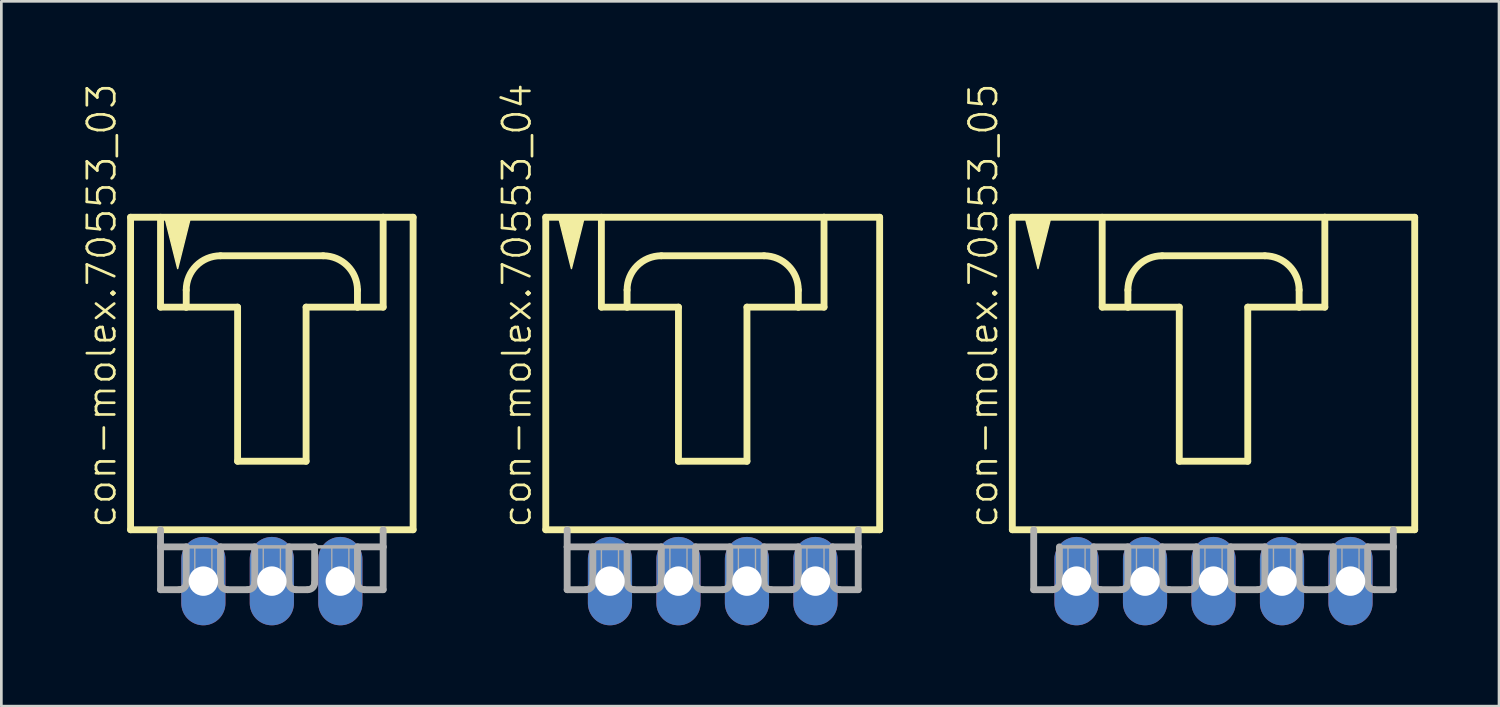
<source format=kicad_pcb>
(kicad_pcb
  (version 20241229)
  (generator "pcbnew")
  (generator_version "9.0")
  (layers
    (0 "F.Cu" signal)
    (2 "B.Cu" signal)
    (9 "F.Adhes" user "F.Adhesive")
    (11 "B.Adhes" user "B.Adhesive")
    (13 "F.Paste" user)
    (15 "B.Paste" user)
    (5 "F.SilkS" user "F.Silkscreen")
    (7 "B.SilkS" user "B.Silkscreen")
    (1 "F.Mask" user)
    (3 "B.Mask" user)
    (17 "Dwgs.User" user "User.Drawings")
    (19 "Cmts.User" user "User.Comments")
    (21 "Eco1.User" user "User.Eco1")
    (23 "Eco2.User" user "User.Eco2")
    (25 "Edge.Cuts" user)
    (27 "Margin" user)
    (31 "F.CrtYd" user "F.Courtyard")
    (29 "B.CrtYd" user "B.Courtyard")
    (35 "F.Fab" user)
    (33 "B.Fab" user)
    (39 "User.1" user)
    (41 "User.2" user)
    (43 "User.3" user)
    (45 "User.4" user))
  (footprint "con-molex.70553_03"
    (layer "F.Cu")
    (at 7.031 10.88)
    (property "Reference" "con-molex.70553_03" (at -5.715 5.715 90) (layer "F.SilkS") (effects (font (size 1.016 1.016) (thickness 0.1)) (justify left bottom)))
    (attr through_hole)
    (fp_line (start -5.239 5.715) (end 5.239 5.715) (stroke (width 0.254) (type default)) (layer "F.SilkS"))
    (fp_line (start -5.239 -5.874) (end -5.239 5.715) (stroke (width 0.254) (type default)) (layer "F.SilkS"))
    (fp_line (start -4.128 -5.874) (end -4.128 -2.54) (stroke (width 0.254) (type default)) (layer "F.SilkS"))
    (fp_line (start -4.128 -2.54) (end -3.175 -2.54) (stroke (width 0.254) (type default)) (layer "F.SilkS"))
    (fp_line (start -3.175 -2.54) (end -3.175 -3.175) (stroke (width 0.254) (type default)) (layer "F.SilkS"))
    (fp_line (start -3.175 -2.54) (end -1.27 -2.54) (stroke (width 0.254) (type default)) (layer "F.SilkS"))
    (fp_line (start -1.905 -4.445) (end 1.905 -4.445) (stroke (width 0.254) (type default)) (layer "F.SilkS"))
    (fp_line (start -1.27 -2.54) (end -1.27 3.175) (stroke (width 0.254) (type default)) (layer "F.SilkS"))
    (fp_line (start -1.27 3.175) (end 1.27 3.175) (stroke (width 0.254) (type default)) (layer "F.SilkS"))
    (fp_line (start 1.27 -2.54) (end 3.175 -2.54) (stroke (width 0.254) (type default)) (layer "F.SilkS"))
    (fp_line (start 1.27 3.175) (end 1.27 -2.54) (stroke (width 0.254) (type default)) (layer "F.SilkS"))
    (fp_line (start 3.175 -3.175) (end 3.175 -2.54) (stroke (width 0.254) (type default)) (layer "F.SilkS"))
    (fp_line (start 3.175 -2.54) (end 4.128 -2.54) (stroke (width 0.254) (type default)) (layer "F.SilkS"))
    (fp_line (start 4.128 -5.874) (end -5.239 -5.874) (stroke (width 0.254) (type default)) (layer "F.SilkS"))
    (fp_line (start 4.128 -2.54) (end 4.128 -5.874) (stroke (width 0.254) (type default)) (layer "F.SilkS"))
    (fp_line (start 5.239 -5.874) (end 4.128 -5.874) (stroke (width 0.254) (type default)) (layer "F.SilkS"))
    (fp_line (start 5.239 5.715) (end 5.239 -5.874) (stroke (width 0.254) (type default)) (layer "F.SilkS"))
    (fp_arc (start -3.175 -3.175) (mid -2.803026 -4.073026) (end -1.905 -4.445) (stroke (width 0.254) (type default)) (layer "F.SilkS"))
    (fp_arc (start 1.905 -4.445) (mid 2.803026 -4.073026) (end 3.175 -3.175) (stroke (width 0.254) (type default)) (layer "F.SilkS"))
    (fp_poly (pts (xy -3.969 -5.874) (xy -3.492 -3.969) (xy -3.016 -5.874)) (stroke (width 0.051) (type default)) (fill yes) (layer "F.SilkS"))
    (fp_line (start -4.128 5.715) (end -4.128 6.35) (stroke (width 0.254) (type default)) (layer "F.Fab"))
    (fp_line (start -4.128 6.35) (end -4.128 7.938) (stroke (width 0.254) (type default)) (layer "F.Fab"))
    (fp_line (start -4.128 6.35) (end -3.175 6.35) (stroke (width 0.254) (type default)) (layer "F.Fab"))
    (fp_line (start -3.429 7.938) (end -4.128 7.938) (stroke (width 0.254) (type default)) (layer "F.Fab"))
    (fp_line (start -3.175 6.35) (end -3.175 7.684) (stroke (width 0.254) (type default)) (layer "F.Fab"))
    (fp_line (start -3.175 6.35) (end -1.905 6.35) (stroke (width 0.127) (type default)) (layer "F.Fab"))
    (fp_line (start -1.905 6.35) (end -1.905 7.684) (stroke (width 0.254) (type default)) (layer "F.Fab"))
    (fp_line (start -1.905 6.35) (end -0.635 6.35) (stroke (width 0.254) (type default)) (layer "F.Fab"))
    (fp_line (start -0.889 7.938) (end -1.651 7.938) (stroke (width 0.254) (type default)) (layer "F.Fab"))
    (fp_line (start -0.635 6.35) (end -0.635 7.684) (stroke (width 0.254) (type default)) (layer "F.Fab"))
    (fp_line (start -0.635 6.35) (end 0.635 6.35) (stroke (width 0.127) (type default)) (layer "F.Fab"))
    (fp_line (start 0.635 6.35) (end 0.635 7.684) (stroke (width 0.254) (type default)) (layer "F.Fab"))
    (fp_line (start 0.635 6.35) (end 1.587 6.35) (stroke (width 0.254) (type default)) (layer "F.Fab"))
    (fp_line (start 0.889 7.938) (end 1.333 7.938) (stroke (width 0.254) (type default)) (layer "F.Fab"))
    (fp_line (start 1.587 6.35) (end 3.175 6.35) (stroke (width 0.127) (type default)) (layer "F.Fab"))
    (fp_line (start 1.587 7.684) (end 1.587 6.35) (stroke (width 0.254) (type default)) (layer "F.Fab"))
    (fp_line (start 3.175 6.35) (end 3.175 7.684) (stroke (width 0.254) (type default)) (layer "F.Fab"))
    (fp_line (start 3.175 6.35) (end 4.128 6.35) (stroke (width 0.254) (type default)) (layer "F.Fab"))
    (fp_line (start 3.429 7.938) (end 4.128 7.938) (stroke (width 0.254) (type default)) (layer "F.Fab"))
    (fp_line (start 4.128 6.35) (end 4.128 5.715) (stroke (width 0.254) (type default)) (layer "F.Fab"))
    (fp_line (start 4.128 7.938) (end 4.128 6.35) (stroke (width 0.254) (type default)) (layer "F.Fab"))
    (fp_rect (start -2.857 7.62) (end -2.223 6.35) (stroke (width 0.05) (type default)) (fill no) (layer "F.Fab"))
    (fp_rect (start -0.318 7.62) (end 0.318 6.35) (stroke (width 0.05) (type default)) (fill no) (layer "F.Fab"))
    (fp_rect (start 2.223 7.62) (end 2.857 6.35) (stroke (width 0.05) (type default)) (fill no) (layer "F.Fab"))
    (fp_arc (start -3.175 7.6835) (mid -3.249395 7.863105) (end -3.429 7.9375) (stroke (width 0.254) (type default)) (layer "F.Fab"))
    (fp_arc (start -1.651 7.9375) (mid -1.830605 7.863105) (end -1.905 7.6835) (stroke (width 0.254) (type default)) (layer "F.Fab"))
    (fp_arc (start -0.635 7.6835) (mid -0.709395 7.863105) (end -0.889 7.9375) (stroke (width 0.254) (type default)) (layer "F.Fab"))
    (fp_arc (start 0.889 7.9375) (mid 0.709395 7.863105) (end 0.635 7.6835) (stroke (width 0.254) (type default)) (layer "F.Fab"))
    (fp_arc (start 1.5875 7.6835) (mid 1.513105 7.863105) (end 1.3335 7.9375) (stroke (width 0.254) (type default)) (layer "F.Fab"))
    (fp_arc (start 3.429 7.9375) (mid 3.249395 7.863105) (end 3.175 7.6835) (stroke (width 0.254) (type default)) (layer "F.Fab"))
    (pad "1" thru_hole oval (at -2.54 7.62 90) (size 3.277 1.638) (drill 1.092) (layers "*.Cu" "*.Mask"))
    (pad "2" thru_hole oval (at 0 7.62 90) (size 3.277 1.638) (drill 1.092) (layers "*.Cu" "*.Mask"))
    (pad "3" thru_hole oval (at 2.54 7.62 90) (size 3.277 1.638) (drill 1.092) (layers "*.Cu" "*.Mask")))
  (footprint "con-molex.70553_05"
    (layer "F.Cu")
    (at 41.952 10.88)
    (property "Reference" "con-molex.70553_05" (at -7.938 5.715 90) (layer "F.SilkS") (effects (font (size 1.016 1.016) (thickness 0.1)) (justify left bottom)))
    (attr through_hole)
    (fp_line (start -7.461 -5.874) (end -7.461 5.715) (stroke (width 0.254) (type default)) (layer "F.SilkS"))
    (fp_line (start -7.461 5.715) (end 7.461 5.715) (stroke (width 0.254) (type default)) (layer "F.SilkS"))
    (fp_line (start -4.128 -5.874) (end -4.128 -2.54) (stroke (width 0.254) (type default)) (layer "F.SilkS"))
    (fp_line (start -4.128 -2.54) (end -3.175 -2.54) (stroke (width 0.254) (type default)) (layer "F.SilkS"))
    (fp_line (start -3.175 -2.54) (end -3.175 -3.175) (stroke (width 0.254) (type default)) (layer "F.SilkS"))
    (fp_line (start -3.175 -2.54) (end -1.27 -2.54) (stroke (width 0.254) (type default)) (layer "F.SilkS"))
    (fp_line (start -1.905 -4.445) (end 1.905 -4.445) (stroke (width 0.254) (type default)) (layer "F.SilkS"))
    (fp_line (start -1.27 -2.54) (end -1.27 3.175) (stroke (width 0.254) (type default)) (layer "F.SilkS"))
    (fp_line (start -1.27 3.175) (end 1.27 3.175) (stroke (width 0.254) (type default)) (layer "F.SilkS"))
    (fp_line (start 1.27 -2.54) (end 3.175 -2.54) (stroke (width 0.254) (type default)) (layer "F.SilkS"))
    (fp_line (start 1.27 3.175) (end 1.27 -2.54) (stroke (width 0.254) (type default)) (layer "F.SilkS"))
    (fp_line (start 3.175 -3.175) (end 3.175 -2.54) (stroke (width 0.254) (type default)) (layer "F.SilkS"))
    (fp_line (start 3.175 -2.54) (end 4.128 -2.54) (stroke (width 0.254) (type default)) (layer "F.SilkS"))
    (fp_line (start 4.128 -5.874) (end -7.461 -5.874) (stroke (width 0.254) (type default)) (layer "F.SilkS"))
    (fp_line (start 4.128 -2.54) (end 4.128 -5.874) (stroke (width 0.254) (type default)) (layer "F.SilkS"))
    (fp_line (start 7.461 -5.874) (end 4.128 -5.874) (stroke (width 0.254) (type default)) (layer "F.SilkS"))
    (fp_line (start 7.461 5.715) (end 7.461 -5.874) (stroke (width 0.254) (type default)) (layer "F.SilkS"))
    (fp_arc (start -3.175 -3.175) (mid -2.803026 -4.073026) (end -1.905 -4.445) (stroke (width 0.254) (type default)) (layer "F.SilkS"))
    (fp_arc (start 1.905 -4.445) (mid 2.803026 -4.073026) (end 3.175 -3.175) (stroke (width 0.254) (type default)) (layer "F.SilkS"))
    (fp_poly (pts (xy -6.985 -5.874) (xy -6.509 -3.969) (xy -6.032 -5.874)) (stroke (width 0.051) (type default)) (fill yes) (layer "F.SilkS"))
    (fp_line (start -6.668 5.715) (end -6.668 7.938) (stroke (width 0.254) (type default)) (layer "F.Fab"))
    (fp_line (start -5.969 7.938) (end -6.668 7.938) (stroke (width 0.254) (type default)) (layer "F.Fab"))
    (fp_line (start -5.715 6.35) (end -5.715 7.684) (stroke (width 0.254) (type default)) (layer "F.Fab"))
    (fp_line (start -5.715 6.35) (end -4.445 6.35) (stroke (width 0.127) (type default)) (layer "F.Fab"))
    (fp_line (start -4.445 6.35) (end -4.445 7.684) (stroke (width 0.254) (type default)) (layer "F.Fab"))
    (fp_line (start -4.445 6.35) (end -3.175 6.35) (stroke (width 0.254) (type default)) (layer "F.Fab"))
    (fp_line (start -3.429 7.938) (end -4.191 7.938) (stroke (width 0.254) (type default)) (layer "F.Fab"))
    (fp_line (start -3.175 6.35) (end -3.175 7.684) (stroke (width 0.254) (type default)) (layer "F.Fab"))
    (fp_line (start -3.175 6.35) (end -1.905 6.35) (stroke (width 0.127) (type default)) (layer "F.Fab"))
    (fp_line (start -1.905 6.35) (end -1.905 7.684) (stroke (width 0.254) (type default)) (layer "F.Fab"))
    (fp_line (start -1.905 6.35) (end -0.635 6.35) (stroke (width 0.254) (type default)) (layer "F.Fab"))
    (fp_line (start -0.889 7.938) (end -1.651 7.938) (stroke (width 0.254) (type default)) (layer "F.Fab"))
    (fp_line (start -0.635 6.35) (end -0.635 7.684) (stroke (width 0.254) (type default)) (layer "F.Fab"))
    (fp_line (start -0.635 6.35) (end 0.635 6.35) (stroke (width 0.127) (type default)) (layer "F.Fab"))
    (fp_line (start 0.635 6.35) (end 0.635 7.684) (stroke (width 0.254) (type default)) (layer "F.Fab"))
    (fp_line (start 0.635 6.35) (end 1.905 6.35) (stroke (width 0.254) (type default)) (layer "F.Fab"))
    (fp_line (start 1.651 7.938) (end 0.889 7.938) (stroke (width 0.254) (type default)) (layer "F.Fab"))
    (fp_line (start 1.905 6.35) (end 1.905 7.684) (stroke (width 0.254) (type default)) (layer "F.Fab"))
    (fp_line (start 1.905 6.35) (end 3.175 6.35) (stroke (width 0.127) (type default)) (layer "F.Fab"))
    (fp_line (start 3.175 6.35) (end 3.175 7.684) (stroke (width 0.254) (type default)) (layer "F.Fab"))
    (fp_line (start 3.175 6.35) (end 4.445 6.35) (stroke (width 0.254) (type default)) (layer "F.Fab"))
    (fp_line (start 4.191 7.938) (end 3.429 7.938) (stroke (width 0.254) (type default)) (layer "F.Fab"))
    (fp_line (start 4.445 6.35) (end 4.445 7.684) (stroke (width 0.254) (type default)) (layer "F.Fab"))
    (fp_line (start 4.445 6.35) (end 5.715 6.35) (stroke (width 0.127) (type default)) (layer "F.Fab"))
    (fp_line (start 5.715 6.35) (end 5.715 7.684) (stroke (width 0.254) (type default)) (layer "F.Fab"))
    (fp_line (start 5.715 6.35) (end 6.668 6.35) (stroke (width 0.254) (type default)) (layer "F.Fab"))
    (fp_line (start 5.969 7.938) (end 6.668 7.938) (stroke (width 0.254) (type default)) (layer "F.Fab"))
    (fp_line (start 6.668 6.35) (end 6.668 5.715) (stroke (width 0.254) (type default)) (layer "F.Fab"))
    (fp_line (start 6.668 7.938) (end 6.668 6.35) (stroke (width 0.254) (type default)) (layer "F.Fab"))
    (fp_rect (start -5.397 7.62) (end -4.763 6.35) (stroke (width 0.05) (type default)) (fill no) (layer "F.Fab"))
    (fp_rect (start -2.857 7.62) (end -2.223 6.35) (stroke (width 0.05) (type default)) (fill no) (layer "F.Fab"))
    (fp_rect (start -0.318 7.62) (end 0.318 6.35) (stroke (width 0.05) (type default)) (fill no) (layer "F.Fab"))
    (fp_rect (start 2.223 7.62) (end 2.857 6.35) (stroke (width 0.05) (type default)) (fill no) (layer "F.Fab"))
    (fp_rect (start 4.763 7.62) (end 5.397 6.35) (stroke (width 0.05) (type default)) (fill no) (layer "F.Fab"))
    (fp_arc (start -5.715 7.6835) (mid -5.789395 7.863105) (end -5.969 7.9375) (stroke (width 0.254) (type default)) (layer "F.Fab"))
    (fp_arc (start -4.191 7.9375) (mid -4.370605 7.863105) (end -4.445 7.6835) (stroke (width 0.254) (type default)) (layer "F.Fab"))
    (fp_arc (start -3.175 7.6835) (mid -3.249395 7.863105) (end -3.429 7.9375) (stroke (width 0.254) (type default)) (layer "F.Fab"))
    (fp_arc (start -1.651 7.9375) (mid -1.830605 7.863105) (end -1.905 7.6835) (stroke (width 0.254) (type default)) (layer "F.Fab"))
    (fp_arc (start -0.635 7.6835) (mid -0.709395 7.863105) (end -0.889 7.9375) (stroke (width 0.254) (type default)) (layer "F.Fab"))
    (fp_arc (start 0.889 7.9375) (mid 0.709395 7.863105) (end 0.635 7.6835) (stroke (width 0.254) (type default)) (layer "F.Fab"))
    (fp_arc (start 1.905 7.6835) (mid 1.830605 7.863105) (end 1.651 7.9375) (stroke (width 0.254) (type default)) (layer "F.Fab"))
    (fp_arc (start 3.429 7.9375) (mid 3.249395 7.863105) (end 3.175 7.6835) (stroke (width 0.254) (type default)) (layer "F.Fab"))
    (fp_arc (start 4.445 7.6835) (mid 4.370605 7.863105) (end 4.191 7.9375) (stroke (width 0.254) (type default)) (layer "F.Fab"))
    (fp_arc (start 5.969 7.9375) (mid 5.789395 7.863105) (end 5.715 7.6835) (stroke (width 0.254) (type default)) (layer "F.Fab"))
    (pad "1" thru_hole oval (at -5.08 7.62 90) (size 3.277 1.638) (drill 1.092) (layers "*.Cu" "*.Mask"))
    (pad "2" thru_hole oval (at -2.54 7.62 90) (size 3.277 1.638) (drill 1.092) (layers "*.Cu" "*.Mask"))
    (pad "3" thru_hole oval (at 0 7.62 90) (size 3.277 1.638) (drill 1.092) (layers "*.Cu" "*.Mask"))
    (pad "4" thru_hole oval (at 2.54 7.62 90) (size 3.277 1.638) (drill 1.092) (layers "*.Cu" "*.Mask"))
    (pad "5" thru_hole oval (at 5.08 7.62 90) (size 3.277 1.638) (drill 1.092) (layers "*.Cu" "*.Mask")))
  (footprint "con-molex.70553_04"
    (layer "F.Cu")
    (at 23.38 10.88)
    (property "Reference" "con-molex.70553_04" (at -6.668 5.715 90) (layer "F.SilkS") (effects (font (size 1.016 1.016) (thickness 0.1)) (justify left bottom)))
    (attr through_hole)
    (fp_line (start -6.191 -5.874) (end -6.191 5.715) (stroke (width 0.254) (type default)) (layer "F.SilkS"))
    (fp_line (start -6.191 5.715) (end 6.191 5.715) (stroke (width 0.254) (type default)) (layer "F.SilkS"))
    (fp_line (start -4.128 -5.874) (end -4.128 -2.54) (stroke (width 0.254) (type default)) (layer "F.SilkS"))
    (fp_line (start -4.128 -2.54) (end -3.175 -2.54) (stroke (width 0.254) (type default)) (layer "F.SilkS"))
    (fp_line (start -3.175 -2.54) (end -3.175 -3.175) (stroke (width 0.254) (type default)) (layer "F.SilkS"))
    (fp_line (start -3.175 -2.54) (end -1.27 -2.54) (stroke (width 0.254) (type default)) (layer "F.SilkS"))
    (fp_line (start -1.905 -4.445) (end 1.905 -4.445) (stroke (width 0.254) (type default)) (layer "F.SilkS"))
    (fp_line (start -1.27 -2.54) (end -1.27 3.175) (stroke (width 0.254) (type default)) (layer "F.SilkS"))
    (fp_line (start -1.27 3.175) (end 1.27 3.175) (stroke (width 0.254) (type default)) (layer "F.SilkS"))
    (fp_line (start 1.27 -2.54) (end 3.175 -2.54) (stroke (width 0.254) (type default)) (layer "F.SilkS"))
    (fp_line (start 1.27 3.175) (end 1.27 -2.54) (stroke (width 0.254) (type default)) (layer "F.SilkS"))
    (fp_line (start 3.175 -3.175) (end 3.175 -2.54) (stroke (width 0.254) (type default)) (layer "F.SilkS"))
    (fp_line (start 3.175 -2.54) (end 4.128 -2.54) (stroke (width 0.254) (type default)) (layer "F.SilkS"))
    (fp_line (start 4.128 -5.874) (end -6.191 -5.874) (stroke (width 0.254) (type default)) (layer "F.SilkS"))
    (fp_line (start 4.128 -2.54) (end 4.128 -5.874) (stroke (width 0.254) (type default)) (layer "F.SilkS"))
    (fp_line (start 6.191 -5.874) (end 4.128 -5.874) (stroke (width 0.254) (type default)) (layer "F.SilkS"))
    (fp_line (start 6.191 5.715) (end 6.191 -5.874) (stroke (width 0.254) (type default)) (layer "F.SilkS"))
    (fp_arc (start -3.175 -3.175) (mid -2.803026 -4.073026) (end -1.905 -4.445) (stroke (width 0.254) (type default)) (layer "F.SilkS"))
    (fp_arc (start 1.905 -4.445) (mid 2.803026 -4.073026) (end 3.175 -3.175) (stroke (width 0.254) (type default)) (layer "F.SilkS"))
    (fp_poly (pts (xy -5.715 -5.874) (xy -5.239 -3.969) (xy -4.763 -5.874)) (stroke (width 0.051) (type default)) (fill yes) (layer "F.SilkS"))
    (fp_line (start -5.397 5.715) (end -5.397 6.35) (stroke (width 0.254) (type default)) (layer "F.Fab"))
    (fp_line (start -5.397 6.35) (end -5.397 7.938) (stroke (width 0.254) (type default)) (layer "F.Fab"))
    (fp_line (start -5.397 6.35) (end -3.175 6.35) (stroke (width 0.254) (type default)) (layer "F.Fab"))
    (fp_line (start -4.699 7.938) (end -5.397 7.938) (stroke (width 0.254) (type default)) (layer "F.Fab"))
    (fp_line (start -4.445 6.35) (end -4.445 7.684) (stroke (width 0.254) (type default)) (layer "F.Fab"))
    (fp_line (start -3.175 6.35) (end -3.175 7.684) (stroke (width 0.254) (type default)) (layer "F.Fab"))
    (fp_line (start -3.175 6.35) (end -1.905 6.35) (stroke (width 0.254) (type default)) (layer "F.Fab"))
    (fp_line (start -2.159 7.938) (end -2.921 7.938) (stroke (width 0.254) (type default)) (layer "F.Fab"))
    (fp_line (start -1.905 6.35) (end -1.905 7.684) (stroke (width 0.254) (type default)) (layer "F.Fab"))
    (fp_line (start -1.905 6.35) (end -0.635 6.35) (stroke (width 0.127) (type default)) (layer "F.Fab"))
    (fp_line (start -0.635 6.35) (end -0.635 7.684) (stroke (width 0.254) (type default)) (layer "F.Fab"))
    (fp_line (start -0.635 6.35) (end 0.635 6.35) (stroke (width 0.254) (type default)) (layer "F.Fab"))
    (fp_line (start 0.381 7.938) (end -0.381 7.938) (stroke (width 0.254) (type default)) (layer "F.Fab"))
    (fp_line (start 0.635 6.35) (end 0.635 7.684) (stroke (width 0.254) (type default)) (layer "F.Fab"))
    (fp_line (start 0.635 6.35) (end 1.905 6.35) (stroke (width 0.127) (type default)) (layer "F.Fab"))
    (fp_line (start 1.905 6.35) (end 1.905 7.684) (stroke (width 0.254) (type default)) (layer "F.Fab"))
    (fp_line (start 1.905 6.35) (end 3.175 6.35) (stroke (width 0.254) (type default)) (layer "F.Fab"))
    (fp_line (start 2.921 7.938) (end 2.159 7.938) (stroke (width 0.254) (type default)) (layer "F.Fab"))
    (fp_line (start 3.175 6.35) (end 3.175 7.684) (stroke (width 0.254) (type default)) (layer "F.Fab"))
    (fp_line (start 3.175 6.35) (end 4.445 6.35) (stroke (width 0.127) (type default)) (layer "F.Fab"))
    (fp_line (start 4.445 6.35) (end 4.445 7.684) (stroke (width 0.254) (type default)) (layer "F.Fab"))
    (fp_line (start 4.445 6.35) (end 5.397 6.35) (stroke (width 0.254) (type default)) (layer "F.Fab"))
    (fp_line (start 4.699 7.938) (end 5.397 7.938) (stroke (width 0.254) (type default)) (layer "F.Fab"))
    (fp_line (start 5.397 6.35) (end 5.397 5.715) (stroke (width 0.254) (type default)) (layer "F.Fab"))
    (fp_line (start 5.397 7.938) (end 5.397 6.35) (stroke (width 0.254) (type default)) (layer "F.Fab"))
    (fp_rect (start -4.128 7.62) (end -3.493 6.35) (stroke (width 0.05) (type default)) (fill no) (layer "F.Fab"))
    (fp_rect (start -1.587 7.62) (end -0.953 6.35) (stroke (width 0.05) (type default)) (fill no) (layer "F.Fab"))
    (fp_rect (start 0.953 7.62) (end 1.587 6.35) (stroke (width 0.05) (type default)) (fill no) (layer "F.Fab"))
    (fp_rect (start 3.493 7.62) (end 4.128 6.35) (stroke (width 0.05) (type default)) (fill no) (layer "F.Fab"))
    (fp_arc (start -4.445 7.6835) (mid -4.519395 7.863105) (end -4.699 7.9375) (stroke (width 0.254) (type default)) (layer "F.Fab"))
    (fp_arc (start -2.921 7.9375) (mid -3.100605 7.863105) (end -3.175 7.6835) (stroke (width 0.254) (type default)) (layer "F.Fab"))
    (fp_arc (start -1.905 7.6835) (mid -1.979395 7.863105) (end -2.159 7.9375) (stroke (width 0.254) (type default)) (layer "F.Fab"))
    (fp_arc (start -0.381 7.9375) (mid -0.560605 7.863105) (end -0.635 7.6835) (stroke (width 0.254) (type default)) (layer "F.Fab"))
    (fp_arc (start 0.635 7.6835) (mid 0.560605 7.863105) (end 0.381 7.9375) (stroke (width 0.254) (type default)) (layer "F.Fab"))
    (fp_arc (start 2.159 7.9375) (mid 1.979395 7.863105) (end 1.905 7.6835) (stroke (width 0.254) (type default)) (layer "F.Fab"))
    (fp_arc (start 3.175 7.6835) (mid 3.100605 7.863105) (end 2.921 7.9375) (stroke (width 0.254) (type default)) (layer "F.Fab"))
    (fp_arc (start 4.699 7.9375) (mid 4.519395 7.863105) (end 4.445 7.6835) (stroke (width 0.254) (type default)) (layer "F.Fab"))
    (pad "1" thru_hole oval (at -3.81 7.62 90) (size 3.277 1.638) (drill 1.092) (layers "*.Cu" "*.Mask"))
    (pad "2" thru_hole oval (at -1.27 7.62 90) (size 3.277 1.638) (drill 1.092) (layers "*.Cu" "*.Mask"))
    (pad "3" thru_hole oval (at 1.27 7.62 90) (size 3.277 1.638) (drill 1.092) (layers "*.Cu" "*.Mask"))
    (pad "4" thru_hole oval (at 3.81 7.62 90) (size 3.277 1.638) (drill 1.092) (layers "*.Cu" "*.Mask")))
  (gr_rect
    (start -3 -3)
    (end 52.54 23.138)
    (stroke (width 0.1) (type default))
    (fill no)
    (layer "Edge.Cuts")))
</source>
